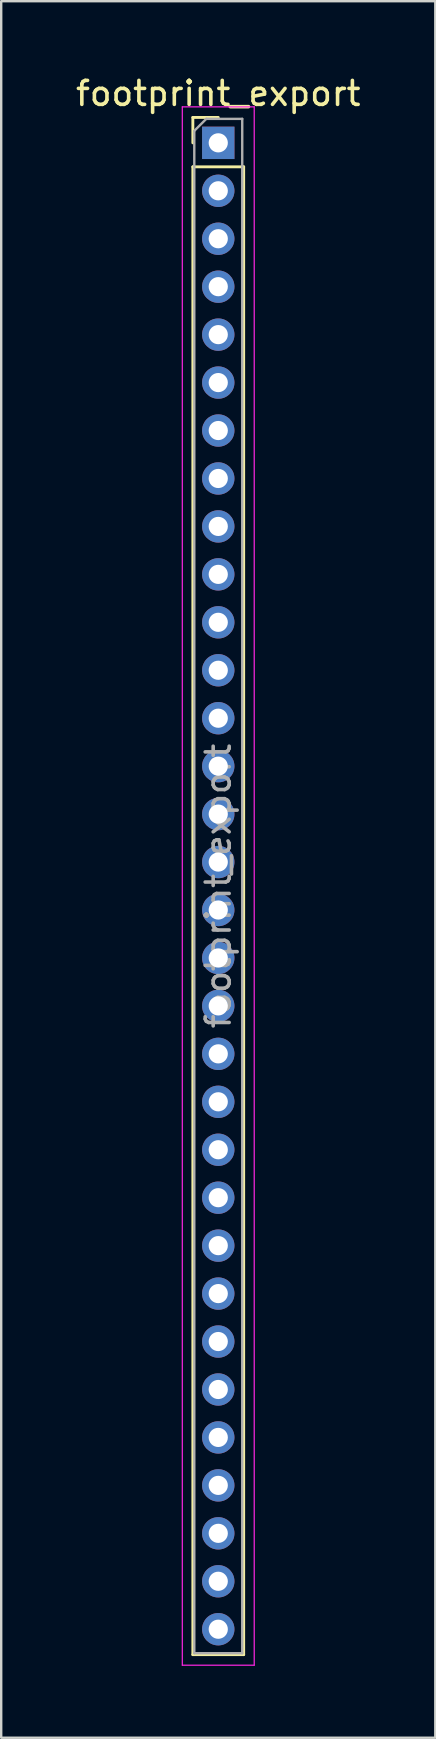
<source format=kicad_pcb>
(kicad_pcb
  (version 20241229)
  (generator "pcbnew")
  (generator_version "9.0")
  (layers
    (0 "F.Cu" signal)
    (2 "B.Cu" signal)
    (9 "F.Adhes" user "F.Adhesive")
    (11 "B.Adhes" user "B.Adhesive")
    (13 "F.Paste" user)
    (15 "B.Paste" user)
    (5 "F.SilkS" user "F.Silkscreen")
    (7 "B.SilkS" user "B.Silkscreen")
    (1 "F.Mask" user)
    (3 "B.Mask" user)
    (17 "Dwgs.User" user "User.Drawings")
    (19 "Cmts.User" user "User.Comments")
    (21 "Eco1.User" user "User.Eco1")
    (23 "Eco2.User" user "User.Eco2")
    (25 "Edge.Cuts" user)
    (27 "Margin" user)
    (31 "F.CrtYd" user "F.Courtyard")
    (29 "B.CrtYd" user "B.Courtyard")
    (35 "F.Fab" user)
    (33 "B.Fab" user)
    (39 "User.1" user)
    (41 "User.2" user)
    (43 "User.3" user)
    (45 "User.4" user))
  (footprint "footprint_export"
    (layer "F.Cu")
    (at 6.054 2.908)
    (property "Reference" "footprint_export" (at 0 -2.06 0) (layer "F.SilkS") (effects (font (size 1 1) (thickness 0.15))))
    (attr through_hole)
    (fp_line (start -1.06 -1.06) (end 0 -1.06) (stroke (width 0.12) (type solid)) (layer "F.SilkS"))
    (fp_line (start -1.06 0) (end -1.06 -1.06) (stroke (width 0.12) (type solid)) (layer "F.SilkS"))
    (fp_line (start -1.06 1) (end -1.06 63.06) (stroke (width 0.12) (type solid)) (layer "F.SilkS"))
    (fp_line (start -1.06 1) (end 1.06 1) (stroke (width 0.12) (type solid)) (layer "F.SilkS"))
    (fp_line (start -1.06 63.06) (end 1.06 63.06) (stroke (width 0.12) (type solid)) (layer "F.SilkS"))
    (fp_line (start 1.06 1) (end 1.06 63.06) (stroke (width 0.12) (type solid)) (layer "F.SilkS"))
    (fp_line (start -1.5 -1.5) (end -1.5 63.5) (stroke (width 0.05) (type solid)) (layer "F.CrtYd"))
    (fp_line (start -1.5 63.5) (end 1.5 63.5) (stroke (width 0.05) (type solid)) (layer "F.CrtYd"))
    (fp_line (start 1.5 -1.5) (end -1.5 -1.5) (stroke (width 0.05) (type solid)) (layer "F.CrtYd"))
    (fp_line (start 1.5 63.5) (end 1.5 -1.5) (stroke (width 0.05) (type solid)) (layer "F.CrtYd"))
    (fp_line (start -1 -0.5) (end -0.5 -1) (stroke (width 0.1) (type solid)) (layer "F.Fab"))
    (fp_line (start -1 63) (end -1 -0.5) (stroke (width 0.1) (type solid)) (layer "F.Fab"))
    (fp_line (start -0.5 -1) (end 1 -1) (stroke (width 0.1) (type solid)) (layer "F.Fab"))
    (fp_line (start 1 -1) (end 1 63) (stroke (width 0.1) (type solid)) (layer "F.Fab"))
    (fp_line (start 1 63) (end -1 63) (stroke (width 0.1) (type solid)) (layer "F.Fab"))
    (fp_text user "${REFERENCE}" (at 0 31 90) (layer "F.Fab") (effects (font (size 1 1) (thickness 0.15))))
    (pad "1" thru_hole rect (at 0 0) (size 1.35 1.35) (drill 0.8) (layers "*.Cu" "*.Mask"))
    (pad "2" thru_hole oval (at 0 2) (size 1.35 1.35) (drill 0.8) (layers "*.Cu" "*.Mask"))
    (pad "3" thru_hole oval (at 0 4) (size 1.35 1.35) (drill 0.8) (layers "*.Cu" "*.Mask"))
    (pad "4" thru_hole oval (at 0 6) (size 1.35 1.35) (drill 0.8) (layers "*.Cu" "*.Mask"))
    (pad "5" thru_hole oval (at 0 8) (size 1.35 1.35) (drill 0.8) (layers "*.Cu" "*.Mask"))
    (pad "6" thru_hole oval (at 0 10) (size 1.35 1.35) (drill 0.8) (layers "*.Cu" "*.Mask"))
    (pad "7" thru_hole oval (at 0 12) (size 1.35 1.35) (drill 0.8) (layers "*.Cu" "*.Mask"))
    (pad "8" thru_hole oval (at 0 14) (size 1.35 1.35) (drill 0.8) (layers "*.Cu" "*.Mask"))
    (pad "9" thru_hole oval (at 0 16) (size 1.35 1.35) (drill 0.8) (layers "*.Cu" "*.Mask"))
    (pad "10" thru_hole oval (at 0 18) (size 1.35 1.35) (drill 0.8) (layers "*.Cu" "*.Mask"))
    (pad "11" thru_hole oval (at 0 20) (size 1.35 1.35) (drill 0.8) (layers "*.Cu" "*.Mask"))
    (pad "12" thru_hole oval (at 0 22) (size 1.35 1.35) (drill 0.8) (layers "*.Cu" "*.Mask"))
    (pad "13" thru_hole oval (at 0 24) (size 1.35 1.35) (drill 0.8) (layers "*.Cu" "*.Mask"))
    (pad "14" thru_hole oval (at 0 26) (size 1.35 1.35) (drill 0.8) (layers "*.Cu" "*.Mask"))
    (pad "15" thru_hole oval (at 0 28) (size 1.35 1.35) (drill 0.8) (layers "*.Cu" "*.Mask"))
    (pad "16" thru_hole oval (at 0 30) (size 1.35 1.35) (drill 0.8) (layers "*.Cu" "*.Mask"))
    (pad "17" thru_hole oval (at 0 32) (size 1.35 1.35) (drill 0.8) (layers "*.Cu" "*.Mask"))
    (pad "18" thru_hole oval (at 0 34) (size 1.35 1.35) (drill 0.8) (layers "*.Cu" "*.Mask"))
    (pad "19" thru_hole oval (at 0 36) (size 1.35 1.35) (drill 0.8) (layers "*.Cu" "*.Mask"))
    (pad "20" thru_hole oval (at 0 38) (size 1.35 1.35) (drill 0.8) (layers "*.Cu" "*.Mask"))
    (pad "21" thru_hole oval (at 0 40) (size 1.35 1.35) (drill 0.8) (layers "*.Cu" "*.Mask"))
    (pad "22" thru_hole oval (at 0 42) (size 1.35 1.35) (drill 0.8) (layers "*.Cu" "*.Mask"))
    (pad "23" thru_hole oval (at 0 44) (size 1.35 1.35) (drill 0.8) (layers "*.Cu" "*.Mask"))
    (pad "24" thru_hole oval (at 0 46) (size 1.35 1.35) (drill 0.8) (layers "*.Cu" "*.Mask"))
    (pad "25" thru_hole oval (at 0 48) (size 1.35 1.35) (drill 0.8) (layers "*.Cu" "*.Mask"))
    (pad "26" thru_hole oval (at 0 50) (size 1.35 1.35) (drill 0.8) (layers "*.Cu" "*.Mask"))
    (pad "27" thru_hole oval (at 0 52) (size 1.35 1.35) (drill 0.8) (layers "*.Cu" "*.Mask"))
    (pad "28" thru_hole oval (at 0 54) (size 1.35 1.35) (drill 0.8) (layers "*.Cu" "*.Mask"))
    (pad "29" thru_hole oval (at 0 56) (size 1.35 1.35) (drill 0.8) (layers "*.Cu" "*.Mask"))
    (pad "30" thru_hole oval (at 0 58) (size 1.35 1.35) (drill 0.8) (layers "*.Cu" "*.Mask"))
    (pad "31" thru_hole oval (at 0 60) (size 1.35 1.35) (drill 0.8) (layers "*.Cu" "*.Mask"))
    (pad "32" thru_hole oval (at 0 62) (size 1.35 1.35) (drill 0.8) (layers "*.Cu" "*.Mask")))
  (gr_rect
    (start -3 -3)
    (end 15.107 69.433)
    (stroke (width 0.1) (type default))
    (fill no)
    (layer "Edge.Cuts")))
</source>
